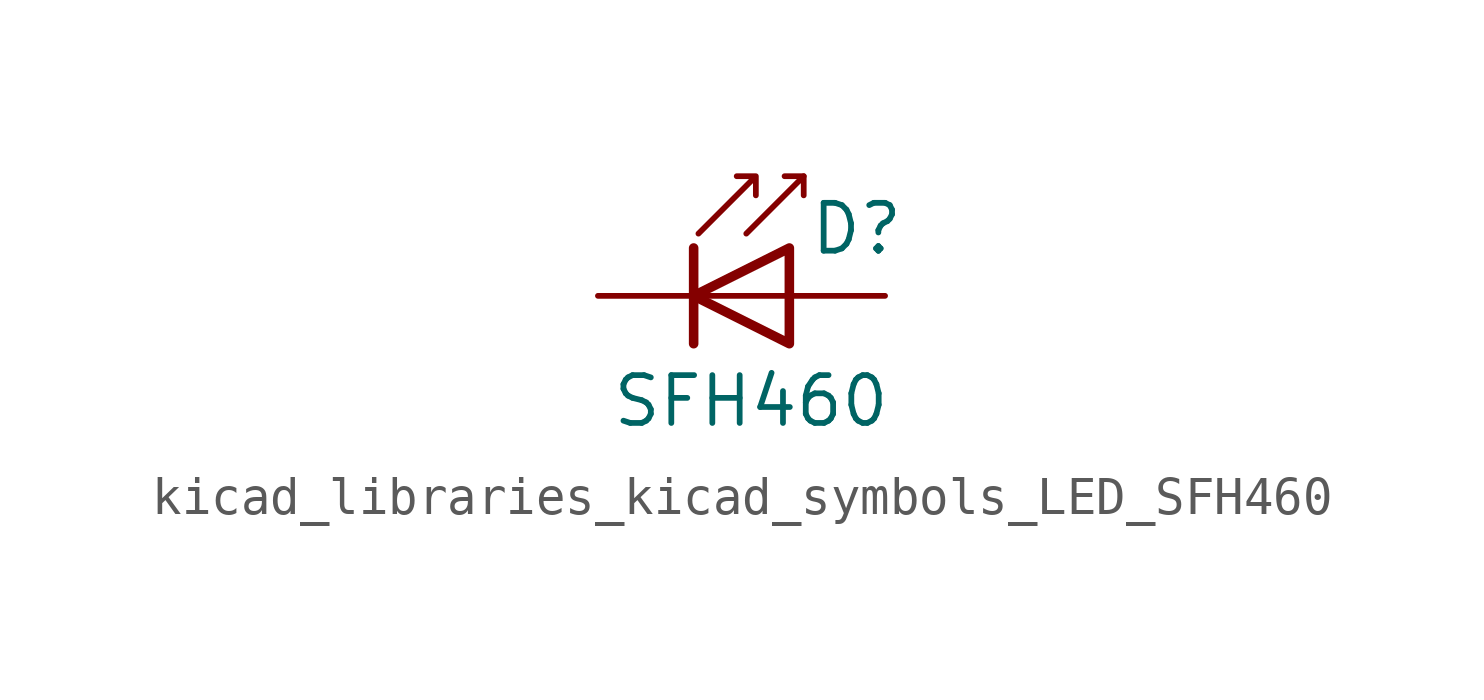
<source format=kicad_sym>
(kicad_symbol_lib
  (version 20220914)
  (generator kicad_symbol_editor)
  (symbol "kicad_libraries_kicad_symbols_LED_SFH460"
    (pin_numbers hide)
    (pin_names
      (offset 1.016) hide)
    (property "Reference" "D"
      (at 0.508 1.778 0)
      (effects (font (size 1.27 1.27)) (justify left)))
    (property "Value" "SFH460"
      (at -1.016 -2.794 0)
      (effects (font (size 1.27 1.27))))
    (symbol "kicad_libraries_kicad_symbols_LED_SFH460_0_1"
      (polyline (pts (xy -2.54 1.27) (xy -2.54 -1.27)) (stroke (width 0.254) (type default)) (fill (type none)))
      (polyline (pts (xy 0 0) (xy -2.54 0)) (stroke (width 0) (type default)) (fill (type none)))
      (polyline (pts (xy 0.381 3.175) (xy -0.127 3.175)) (stroke (width 0) (type default)) (fill (type none)))
      (polyline (pts (xy -1.143 1.651) (xy 0.381 3.175) (xy 0.381 2.667)) (stroke (width 0) (type default)) (fill (type none)))
      (polyline (pts (xy 0 1.27) (xy 0 -1.27) (xy -2.54 0) (xy 0 1.27)) (stroke (width 0.254) (type default)) (fill (type none)))
      (polyline (pts (xy -2.413 1.651) (xy -0.889 3.175) (xy -0.889 2.667) (xy -0.889 3.175) (xy -1.397 3.175)) (stroke (width 0) (type default)) (fill (type none))))
    (symbol "kicad_libraries_kicad_symbols_LED_SFH460_1_1"
      (pin passive line (at -5.08 0 0) (length 2.54) (name "K" (effects (font (size 1.27 1.27)))) (number "1" (effects (font (size 1.27 1.27)))))
      (pin passive line (at 2.54 0 180) (length 2.54) (name "A" (effects (font (size 1.27 1.27)))) (number "2" (effects (font (size 1.27 1.27))))))))
</source>
